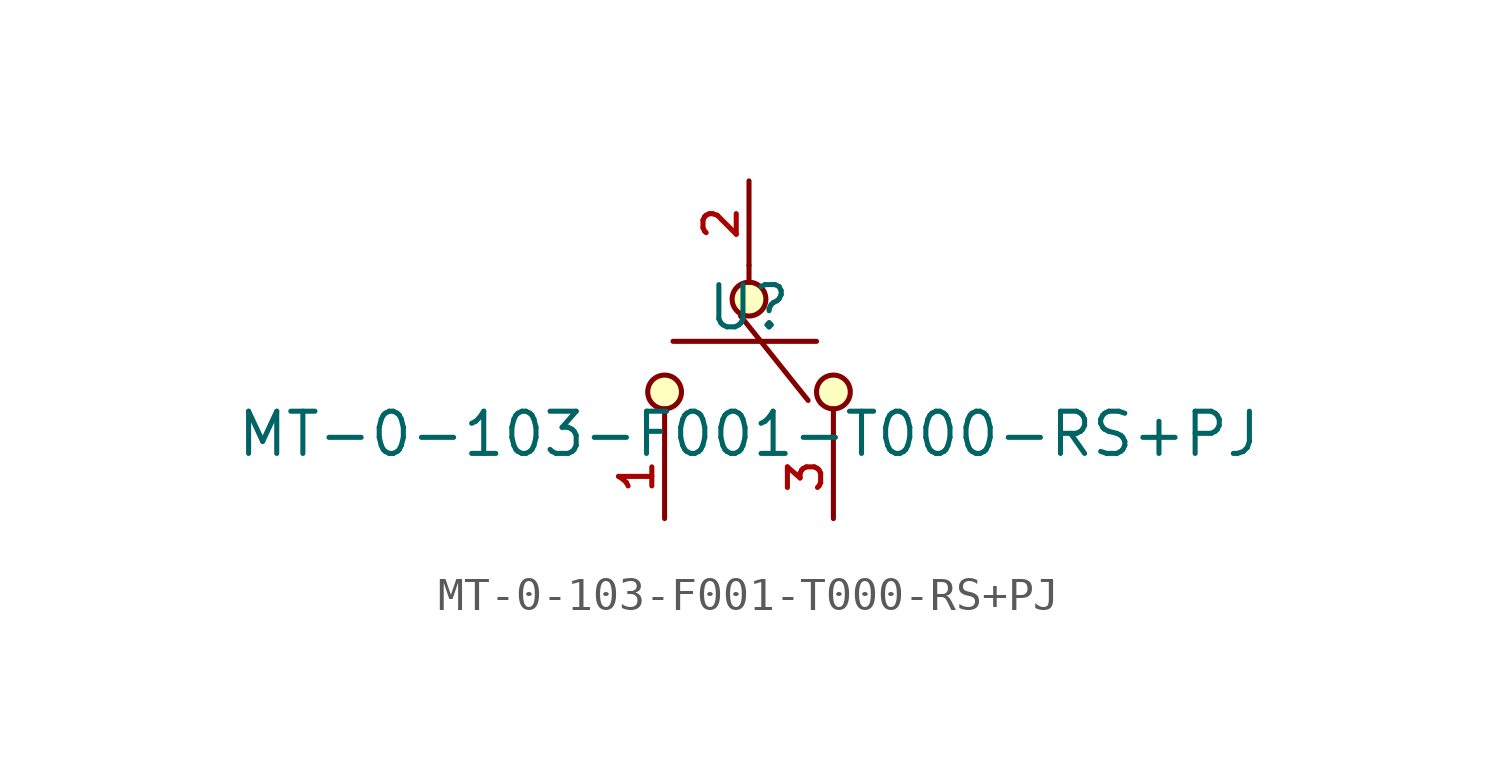
<source format=kicad_sym>
(kicad_symbol_lib
  (version 20210201)
  (generator TousstNicolas/JLC2KiCad_lib)
  (symbol "MT-0-103-F001-T000-RS+PJ"
    (pin_names hide)
    (property "Reference" "U"
      (at 0 1.27 0)
      (effects (font (size 1.27 1.27))))
    (property "Value" "MT-0-103-F001-T000-RS+PJ"
      (at 0 -2.54 0)
      (effects (font (size 1.27 1.27))))
    (symbol "MT-0-103-F001-T000-RS+PJ_0_1"
      (polyline (pts (xy -2.286 0.254) (xy 2.032 0.254)) (stroke (width 0) (type default) (color 0 0 0 0)) (fill (type none)))
      (pin unspecified line (at 2.54 -5.08 90) (length 2.54) (name "3" (effects (font (size 1 1)))) (number "3" (effects (font (size 1 1)))))
      (pin unspecified line (at 0.0 5.08 270) (length 2.54) (name "2" (effects (font (size 1 1)))) (number "2" (effects (font (size 1 1)))))
      (pin unspecified line (at -2.54 -5.08 90) (length 2.54) (name "1" (effects (font (size 1 1)))) (number "1" (effects (font (size 1 1)))))
      (polyline (pts (xy -0.254 1.016) (xy 1.778 -1.524)) (stroke (width 0) (type default) (color 0 0 0 0)) (fill (type none)))
      (polyline (pts (xy 2.54 -1.778) (xy 2.54 -2.54)) (stroke (width 0) (type default) (color 0 0 0 0)) (fill (type none)))
      (polyline (pts (xy -2.54 -1.778) (xy -2.54 -2.54)) (stroke (width 0) (type default) (color 0 0 0 0)) (fill (type none)))
      (polyline (pts (xy 0.0 2.032) (xy 0.0 2.54)) (stroke (width 0) (type default) (color 0 0 0 0)) (fill (type none)))
      (circle (center 2.54 -1.27) (radius 0.508) (stroke (width 0) (type default) (color 0 0 0 0)) (fill (type background)))
      (circle (center -2.54 -1.27) (radius 0.508) (stroke (width 0) (type default) (color 0 0 0 0)) (fill (type background)))
      (circle (center 0.0 1.524) (radius 0.508) (stroke (width 0) (type default) (color 0 0 0 0)) (fill (type background))))))
</source>
